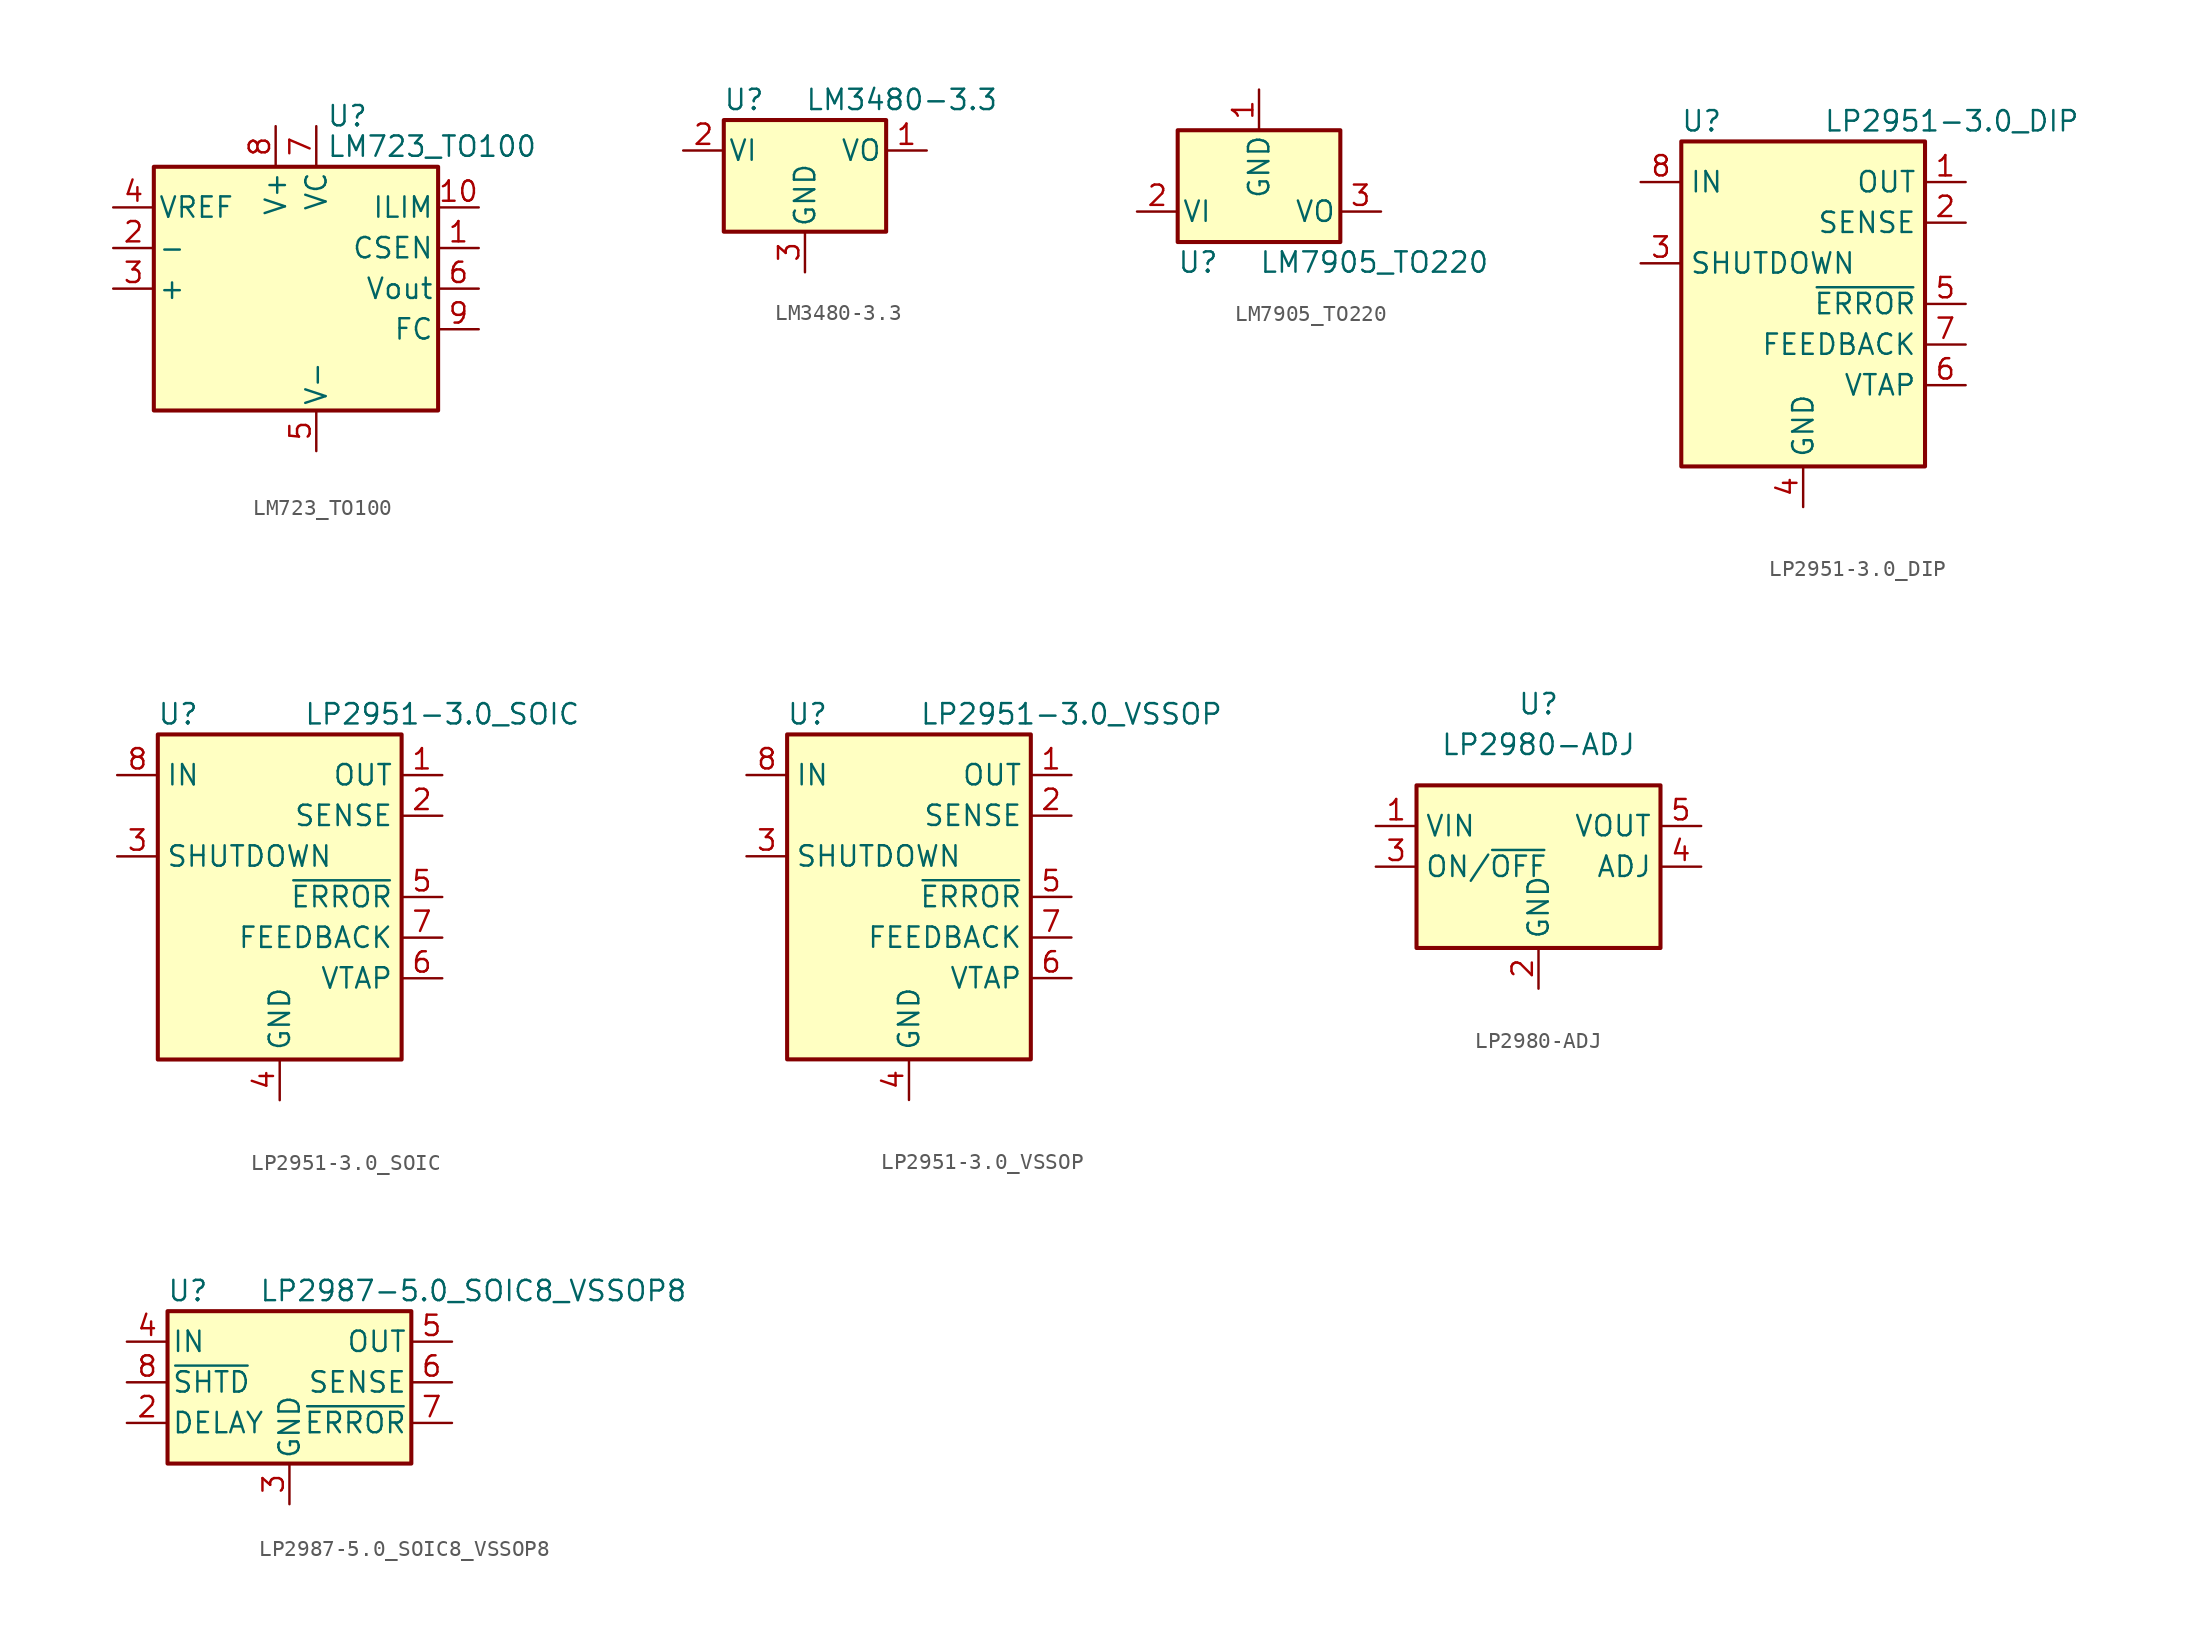
<source format=kicad_sym>
(kicad_symbol_lib
  (version 20241209)
  (generator "kicad_symbol_editor")
  (generator_version "9.0")
  (symbol "LM723_TO100"
    (pin_names
      (offset 0.254))
    (property "Reference" "U"
      (at 0.635 10.795 0)
      (effects (font (size 1.27 1.27)) (justify left)))
    (property "Value" "LM723_TO100"
      (at 0.635 8.89 0)
      (effects (font (size 1.27 1.27)) (justify left)))
    (symbol "LM723_TO100_0_1"
      (rectangle (start -10.16 -7.62) (end 7.62 7.62) (stroke (width 0.254) (type default)) (fill (type background))))
    (symbol "LM723_TO100_1_1"
      (pin power_out line (at -12.7 5.08 0) (length 2.54) (name "VREF" (effects (font (size 1.27 1.27)))) (number "4" (effects (font (size 1.27 1.27)))))
      (pin input line (at -12.7 2.54 0) (length 2.54) (name "-" (effects (font (size 1.27 1.27)))) (number "2" (effects (font (size 1.27 1.27)))))
      (pin input line (at -12.7 0 0) (length 2.54) (name "+" (effects (font (size 1.27 1.27)))) (number "3" (effects (font (size 1.27 1.27)))))
      (pin power_in line (at -2.54 10.16 270) (length 2.54) (name "V+" (effects (font (size 1.27 1.27)))) (number "8" (effects (font (size 1.27 1.27)))))
      (pin power_in line (at 0 10.16 270) (length 2.54) (name "VC" (effects (font (size 1.27 1.27)))) (number "7" (effects (font (size 1.27 1.27)))))
      (pin power_in line (at 0 -10.16 90) (length 2.54) (name "V-" (effects (font (size 1.27 1.27)))) (number "5" (effects (font (size 1.27 1.27)))))
      (pin input line (at 10.16 5.08 180) (length 2.54) (name "ILIM" (effects (font (size 1.27 1.27)))) (number "10" (effects (font (size 1.27 1.27)))))
      (pin input line (at 10.16 2.54 180) (length 2.54) (name "CSEN" (effects (font (size 1.27 1.27)))) (number "1" (effects (font (size 1.27 1.27)))))
      (pin power_out line (at 10.16 0 180) (length 2.54) (name "Vout" (effects (font (size 1.27 1.27)))) (number "6" (effects (font (size 1.27 1.27)))))
      (pin input line (at 10.16 -2.54 180) (length 2.54) (name "FC" (effects (font (size 1.27 1.27)))) (number "9" (effects (font (size 1.27 1.27)))))))
  (symbol "LM3480-3.3"
    (pin_names
      (offset 0.254))
    (property "Reference" "U"
      (at -3.81 3.175 0)
      (effects (font (size 1.27 1.27))))
    (property "Value" "LM3480-3.3"
      (at 0 3.175 0)
      (effects (font (size 1.27 1.27)) (justify left)))
    (symbol "LM3480-3.3_0_1"
      (rectangle (start -5.08 1.905) (end 5.08 -5.08) (stroke (width 0.254) (type default)) (fill (type background))))
    (symbol "LM3480-3.3_1_1"
      (pin power_in line (at -7.62 0 0) (length 2.54) (name "VI" (effects (font (size 1.27 1.27)))) (number "2" (effects (font (size 1.27 1.27)))))
      (pin power_in line (at 0 -7.62 90) (length 2.54) (name "GND" (effects (font (size 1.27 1.27)))) (number "3" (effects (font (size 1.27 1.27)))))
      (pin power_out line (at 7.62 0 180) (length 2.54) (name "VO" (effects (font (size 1.27 1.27)))) (number "1" (effects (font (size 1.27 1.27)))))))
  (symbol "LM7905_TO220"
    (pin_names
      (offset 0.254))
    (property "Reference" "U"
      (at -3.81 -3.175 0)
      (effects (font (size 1.27 1.27))))
    (property "Value" "LM7905_TO220"
      (at 0 -3.175 0)
      (effects (font (size 1.27 1.27)) (justify left)))
    (symbol "LM7905_TO220_0_1"
      (rectangle (start -5.08 5.08) (end 5.08 -1.905) (stroke (width 0.254) (type default)) (fill (type background))))
    (symbol "LM7905_TO220_1_1"
      (pin power_in line (at -7.62 0 0) (length 2.54) (name "VI" (effects (font (size 1.27 1.27)))) (number "2" (effects (font (size 1.27 1.27)))))
      (pin power_in line (at 0 7.62 270) (length 2.54) (name "GND" (effects (font (size 1.27 1.27)))) (number "1" (effects (font (size 1.27 1.27)))))
      (pin power_out line (at 7.62 0 180) (length 2.54) (name "VO" (effects (font (size 1.27 1.27)))) (number "3" (effects (font (size 1.27 1.27)))))))
  (symbol "LP2951-3.0_DIP"
    (property "Reference" "U"
      (at -6.35 11.43 0)
      (effects (font (size 1.27 1.27))))
    (property "Value" "LP2951-3.0_DIP"
      (at 1.27 11.43 0)
      (effects (font (size 1.27 1.27)) (justify left)))
    (symbol "LP2951-3.0_DIP_0_1"
      (rectangle (start -7.62 10.16) (end 7.62 -10.16) (stroke (width 0.254) (type default)) (fill (type background))))
    (symbol "LP2951-3.0_DIP_1_1"
      (pin power_in line (at -10.16 7.62 0) (length 2.54) (name "IN" (effects (font (size 1.27 1.27)))) (number "8" (effects (font (size 1.27 1.27)))))
      (pin input line (at -10.16 2.54 0) (length 2.54) (name "SHUTDOWN" (effects (font (size 1.27 1.27)))) (number "3" (effects (font (size 1.27 1.27)))))
      (pin power_in line (at 0 -12.7 90) (length 2.54) (name "GND" (effects (font (size 1.27 1.27)))) (number "4" (effects (font (size 1.27 1.27)))))
      (pin power_out line (at 10.16 7.62 180) (length 2.54) (name "OUT" (effects (font (size 1.27 1.27)))) (number "1" (effects (font (size 1.27 1.27)))))
      (pin passive line (at 10.16 5.08 180) (length 2.54) (name "SENSE" (effects (font (size 1.27 1.27)))) (number "2" (effects (font (size 1.27 1.27)))))
      (pin open_collector line (at 10.16 0 180) (length 2.54) (name "~{ERROR}" (effects (font (size 1.27 1.27)))) (number "5" (effects (font (size 1.27 1.27)))))
      (pin input line (at 10.16 -2.54 180) (length 2.54) (name "FEEDBACK" (effects (font (size 1.27 1.27)))) (number "7" (effects (font (size 1.27 1.27)))))
      (pin input line (at 10.16 -5.08 180) (length 2.54) (name "VTAP" (effects (font (size 1.27 1.27)))) (number "6" (effects (font (size 1.27 1.27)))))))
  (symbol "LP2951-3.0_SOIC"
    (property "Reference" "U"
      (at -6.35 11.43 0)
      (effects (font (size 1.27 1.27))))
    (property "Value" "LP2951-3.0_SOIC"
      (at 10.16 11.43 0)
      (effects (font (size 1.27 1.27))))
    (symbol "LP2951-3.0_SOIC_0_1"
      (rectangle (start -7.62 10.16) (end 7.62 -10.16) (stroke (width 0.254) (type default)) (fill (type background))))
    (symbol "LP2951-3.0_SOIC_1_1"
      (pin power_in line (at -10.16 7.62 0) (length 2.54) (name "IN" (effects (font (size 1.27 1.27)))) (number "8" (effects (font (size 1.27 1.27)))))
      (pin input line (at -10.16 2.54 0) (length 2.54) (name "SHUTDOWN" (effects (font (size 1.27 1.27)))) (number "3" (effects (font (size 1.27 1.27)))))
      (pin power_in line (at 0 -12.7 90) (length 2.54) (name "GND" (effects (font (size 1.27 1.27)))) (number "4" (effects (font (size 1.27 1.27)))))
      (pin power_out line (at 10.16 7.62 180) (length 2.54) (name "OUT" (effects (font (size 1.27 1.27)))) (number "1" (effects (font (size 1.27 1.27)))))
      (pin passive line (at 10.16 5.08 180) (length 2.54) (name "SENSE" (effects (font (size 1.27 1.27)))) (number "2" (effects (font (size 1.27 1.27)))))
      (pin open_collector line (at 10.16 0 180) (length 2.54) (name "~{ERROR}" (effects (font (size 1.27 1.27)))) (number "5" (effects (font (size 1.27 1.27)))))
      (pin input line (at 10.16 -2.54 180) (length 2.54) (name "FEEDBACK" (effects (font (size 1.27 1.27)))) (number "7" (effects (font (size 1.27 1.27)))))
      (pin input line (at 10.16 -5.08 180) (length 2.54) (name "VTAP" (effects (font (size 1.27 1.27)))) (number "6" (effects (font (size 1.27 1.27)))))))
  (symbol "LP2951-3.0_VSSOP"
    (property "Reference" "U"
      (at -6.35 11.43 0)
      (effects (font (size 1.27 1.27))))
    (property "Value" "LP2951-3.0_VSSOP"
      (at 10.16 11.43 0)
      (effects (font (size 1.27 1.27))))
    (symbol "LP2951-3.0_VSSOP_0_1"
      (rectangle (start -7.62 10.16) (end 7.62 -10.16) (stroke (width 0.254) (type default)) (fill (type background))))
    (symbol "LP2951-3.0_VSSOP_1_1"
      (pin power_in line (at -10.16 7.62 0) (length 2.54) (name "IN" (effects (font (size 1.27 1.27)))) (number "8" (effects (font (size 1.27 1.27)))))
      (pin input line (at -10.16 2.54 0) (length 2.54) (name "SHUTDOWN" (effects (font (size 1.27 1.27)))) (number "3" (effects (font (size 1.27 1.27)))))
      (pin power_in line (at 0 -12.7 90) (length 2.54) (name "GND" (effects (font (size 1.27 1.27)))) (number "4" (effects (font (size 1.27 1.27)))))
      (pin power_out line (at 10.16 7.62 180) (length 2.54) (name "OUT" (effects (font (size 1.27 1.27)))) (number "1" (effects (font (size 1.27 1.27)))))
      (pin passive line (at 10.16 5.08 180) (length 2.54) (name "SENSE" (effects (font (size 1.27 1.27)))) (number "2" (effects (font (size 1.27 1.27)))))
      (pin open_collector line (at 10.16 0 180) (length 2.54) (name "~{ERROR}" (effects (font (size 1.27 1.27)))) (number "5" (effects (font (size 1.27 1.27)))))
      (pin input line (at 10.16 -2.54 180) (length 2.54) (name "FEEDBACK" (effects (font (size 1.27 1.27)))) (number "7" (effects (font (size 1.27 1.27)))))
      (pin input line (at 10.16 -5.08 180) (length 2.54) (name "VTAP" (effects (font (size 1.27 1.27)))) (number "6" (effects (font (size 1.27 1.27)))))))
  (symbol "LP2980-ADJ"
    (property "Reference" "U"
      (at 0 10.16 0)
      (effects (font (size 1.27 1.27))))
    (property "Value" "LP2980-ADJ"
      (at 0 7.62 0)
      (effects (font (size 1.27 1.27))))
    (symbol "LP2980-ADJ_0_1"
      (rectangle (start -7.62 5.08) (end 7.62 -5.08) (stroke (width 0.254) (type default)) (fill (type background))))
    (symbol "LP2980-ADJ_1_1"
      (pin power_in line (at -10.16 2.54 0) (length 2.54) (name "VIN" (effects (font (size 1.27 1.27)))) (number "1" (effects (font (size 1.27 1.27)))))
      (pin input line (at -10.16 0 0) (length 2.54) (name "ON/~{OFF}" (effects (font (size 1.27 1.27)))) (number "3" (effects (font (size 1.27 1.27)))))
      (pin power_in line (at 0 -7.62 90) (length 2.54) (name "GND" (effects (font (size 1.27 1.27)))) (number "2" (effects (font (size 1.27 1.27)))))
      (pin power_out line (at 10.16 2.54 180) (length 2.54) (name "VOUT" (effects (font (size 1.27 1.27)))) (number "5" (effects (font (size 1.27 1.27)))))
      (pin input line (at 10.16 0 180) (length 2.54) (name "ADJ" (effects (font (size 1.27 1.27)))) (number "4" (effects (font (size 1.27 1.27)))))))
  (symbol "LP2987-5.0_SOIC8_VSSOP8"
    (pin_names
      (offset 0.254))
    (property "Reference" "U"
      (at -6.35 5.715 0)
      (effects (font (size 1.27 1.27))))
    (property "Value" "LP2987-5.0_SOIC8_VSSOP8"
      (at -1.905 5.715 0)
      (effects (font (size 1.27 1.27)) (justify left)))
    (symbol "LP2987-5.0_SOIC8_VSSOP8_0_1"
      (rectangle (start -7.62 4.445) (end 7.62 -5.08) (stroke (width 0.254) (type default)) (fill (type background))))
    (symbol "LP2987-5.0_SOIC8_VSSOP8_1_1"
      (pin power_in line (at -10.16 2.54 0) (length 2.54) (name "IN" (effects (font (size 1.27 1.27)))) (number "4" (effects (font (size 1.27 1.27)))))
      (pin input line (at -10.16 0 0) (length 2.54) (name "~{SHTD}" (effects (font (size 1.27 1.27)))) (number "8" (effects (font (size 1.27 1.27)))))
      (pin passive line (at -10.16 -2.54 0) (length 2.54) (name "DELAY" (effects (font (size 1.27 1.27)))) (number "2" (effects (font (size 1.27 1.27)))))
      (pin no_connect line (at -2.54 -5.08 90) (length 2.54) (hide yes) (name "NC" (effects (font (size 1.27 1.27)))) (number "1" (effects (font (size 1.27 1.27)))))
      (pin power_in line (at 0 -7.62 90) (length 2.54) (name "GND" (effects (font (size 1.27 1.27)))) (number "3" (effects (font (size 1.27 1.27)))))
      (pin power_out line (at 10.16 2.54 180) (length 2.54) (name "OUT" (effects (font (size 1.27 1.27)))) (number "5" (effects (font (size 1.27 1.27)))))
      (pin input line (at 10.16 0 180) (length 2.54) (name "SENSE" (effects (font (size 1.27 1.27)))) (number "6" (effects (font (size 1.27 1.27)))))
      (pin output line (at 10.16 -2.54 180) (length 2.54) (name "~{ERROR}" (effects (font (size 1.27 1.27)))) (number "7" (effects (font (size 1.27 1.27))))))))
</source>
